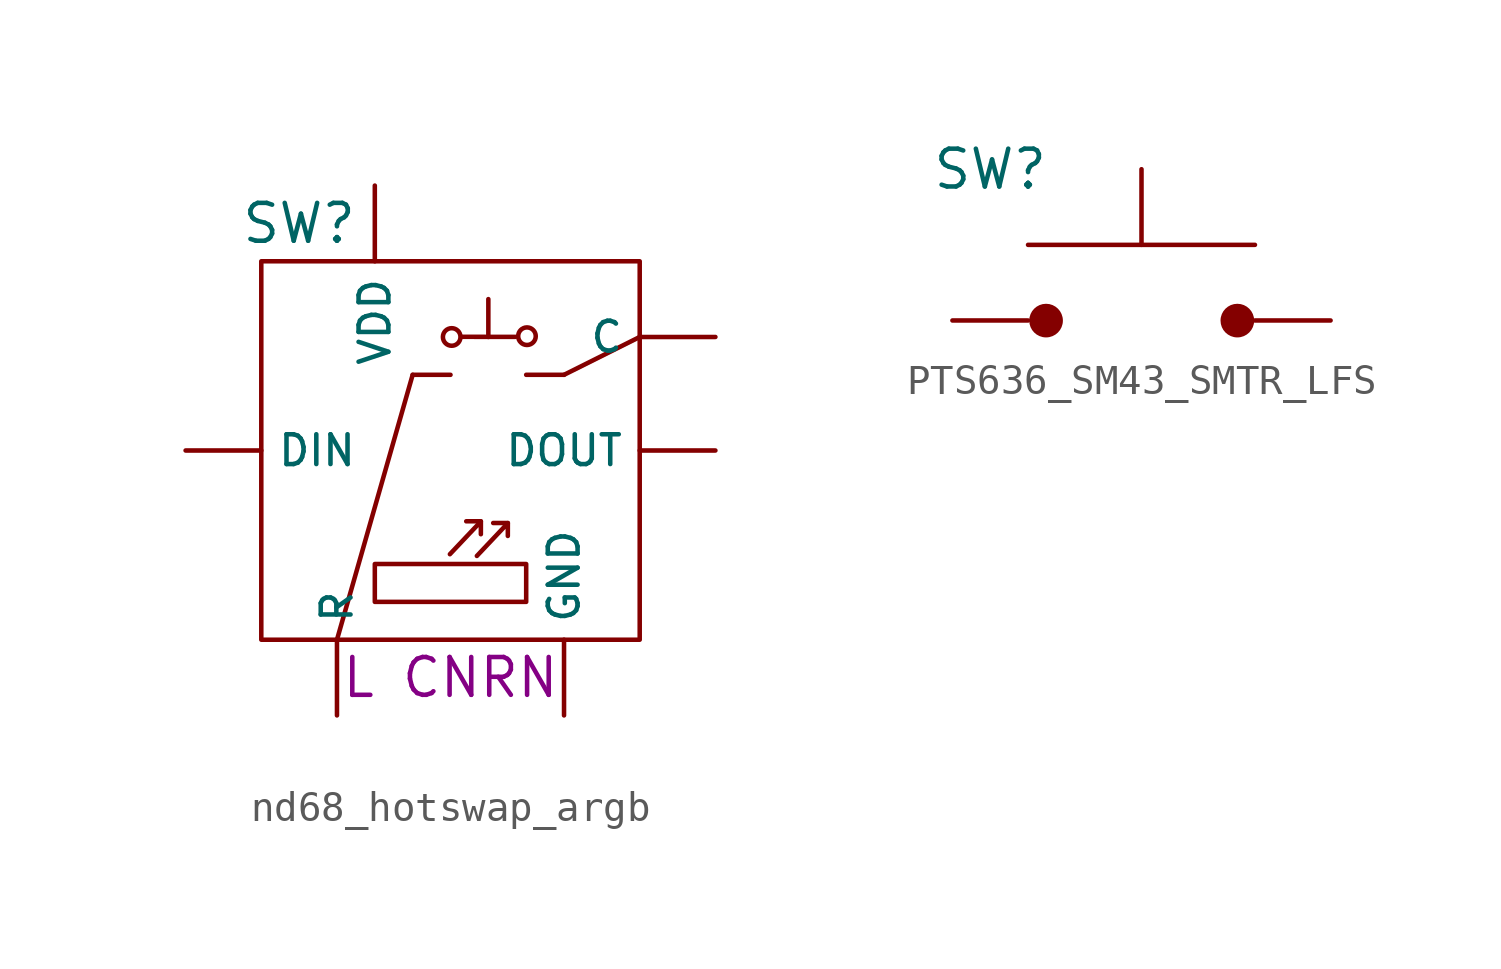
<source format=kicad_sym>
(kicad_symbol_lib
  (version 20220914)
  (generator kicad_symbol_editor)
  (symbol "nd68_hotswap_argb"
    (property "Reference" "SW"
      (at -5.08 7.62 0)
      (do_not_autoplace)
      (effects (font (size 1.27 1.27))))
    (property "Value" ""
      (at 0 -7.62 0)
      (effects (font (size 1.27 1.27))))
    (property "RC" "L CNRN"
      (at 0 -7.62 0)
      (do_not_autoplace)
      (effects (font (size 1.27 1.27))))
    (symbol "nd68_hotswap_argb_0_1"
      (rectangle (start -6.35 6.35) (end 6.35 -6.35) (stroke (width 0) (type default)) (fill (type none)))
      (polyline (pts (xy -3.81 -6.35) (xy -1.27 2.54)) (stroke (width 0) (type default)) (fill (type none)))
      (polyline (pts (xy 0 2.54) (xy -1.27 2.54)) (stroke (width 0) (type default)) (fill (type none)))
      (polyline (pts (xy 1.27 5.08) (xy 1.27 3.81)) (stroke (width 0) (type default)) (fill (type none)))
      (polyline (pts (xy 2.18 3.814) (xy 0.381 3.815)) (stroke (width 0) (type default)) (fill (type none)))
      (polyline (pts (xy 3.81 2.54) (xy 2.54 2.54)) (stroke (width 0) (type default)) (fill (type none)))
      (polyline (pts (xy 6.35 3.81) (xy 3.81 2.54)) (stroke (width 0) (type default)) (fill (type none))))
    (symbol "nd68_hotswap_argb_1_1"
      (rectangle (start -2.54 -3.81) (end 2.54 -5.08) (stroke (width 0) (type default)) (fill (type none)))
      (polyline (pts (xy 1.018 -2.376) (xy 0.528 -2.376)) (stroke (width 0) (type default)) (fill (type none)))
      (polyline (pts (xy 1.924 -2.433) (xy 1.433 -2.433)) (stroke (width 0) (type default)) (fill (type none)))
      (polyline (pts (xy -0.02 -3.48) (xy 1.02 -2.38) (xy 1.019 -2.809)) (stroke (width 0) (type default)) (fill (type none)))
      (polyline (pts (xy 0.885 -3.538) (xy 1.925 -2.437) (xy 1.924 -2.867)) (stroke (width 0) (type default)) (fill (type none)))
      (circle (center 0.04 3.81) (radius 0.295) (stroke (width 0) (type default)) (fill (type none)))
      (circle (center 2.566 3.836) (radius 0.295) (stroke (width 0) (type default)) (fill (type none)))
      (pin input line (at 8.89 3.81 180) (length 2.54) (name "C" (effects (font (size 1 1)))) (number "" (effects (font (size 1.27 1.27)))))
      (pin input line (at -8.89 0 0) (length 2.54) (name "DIN" (effects (font (size 1 1)))) (number "" (effects (font (size 1.27 1.27)))))
      (pin output line (at 8.89 0 180) (length 2.54) (name "DOUT" (effects (font (size 1 1)))) (number "" (effects (font (size 1.27 1.27)))))
      (pin input line (at 3.81 -8.89 90) (length 2.54) (name "GND" (effects (font (size 1 1)))) (number "" (effects (font (size 1.27 1.27)))))
      (pin input line (at -3.81 -8.89 90) (length 2.54) (name "R" (effects (font (size 1 1)))) (number "" (effects (font (size 1.27 1.27)))))
      (pin input line (at -2.54 8.89 270) (length 2.54) (name "VDD" (effects (font (size 1 1)))) (number "" (effects (font (size 1.27 1.27)))))))
  (symbol "PTS636_SM43_SMTR_LFS"
    (property "Reference" "SW"
      (at -5.08 5.08 0)
      (effects (font (size 1.27 1.27))))
    (symbol "PTS636_SM43_SMTR_LFS_1_1"
      (circle (center -3.205 -0.004) (radius 0.489) (stroke (width 0) (type default)) (fill (type outline)))
      (polyline (pts (xy 0 2.54) (xy 0 5.08)) (stroke (width 0) (type default)) (fill (type none)))
      (polyline (pts (xy 3.81 2.54) (xy -3.81 2.54)) (stroke (width 0) (type default)) (fill (type none)))
      (circle (center 3.219 -0.004) (radius 0.489) (stroke (width 0) (type default)) (fill (type outline)))
      (pin passive line (at -6.35 0 0) (length 2.54) (name "" (effects (font (size 1.27 1.27)))) (number "" (effects (font (size 1.27 1.27)))))
      (pin passive line (at 6.35 0 180) (length 2.54) (name "" (effects (font (size 1.27 1.27)))) (number "" (effects (font (size 1.27 1.27))))))))
</source>
